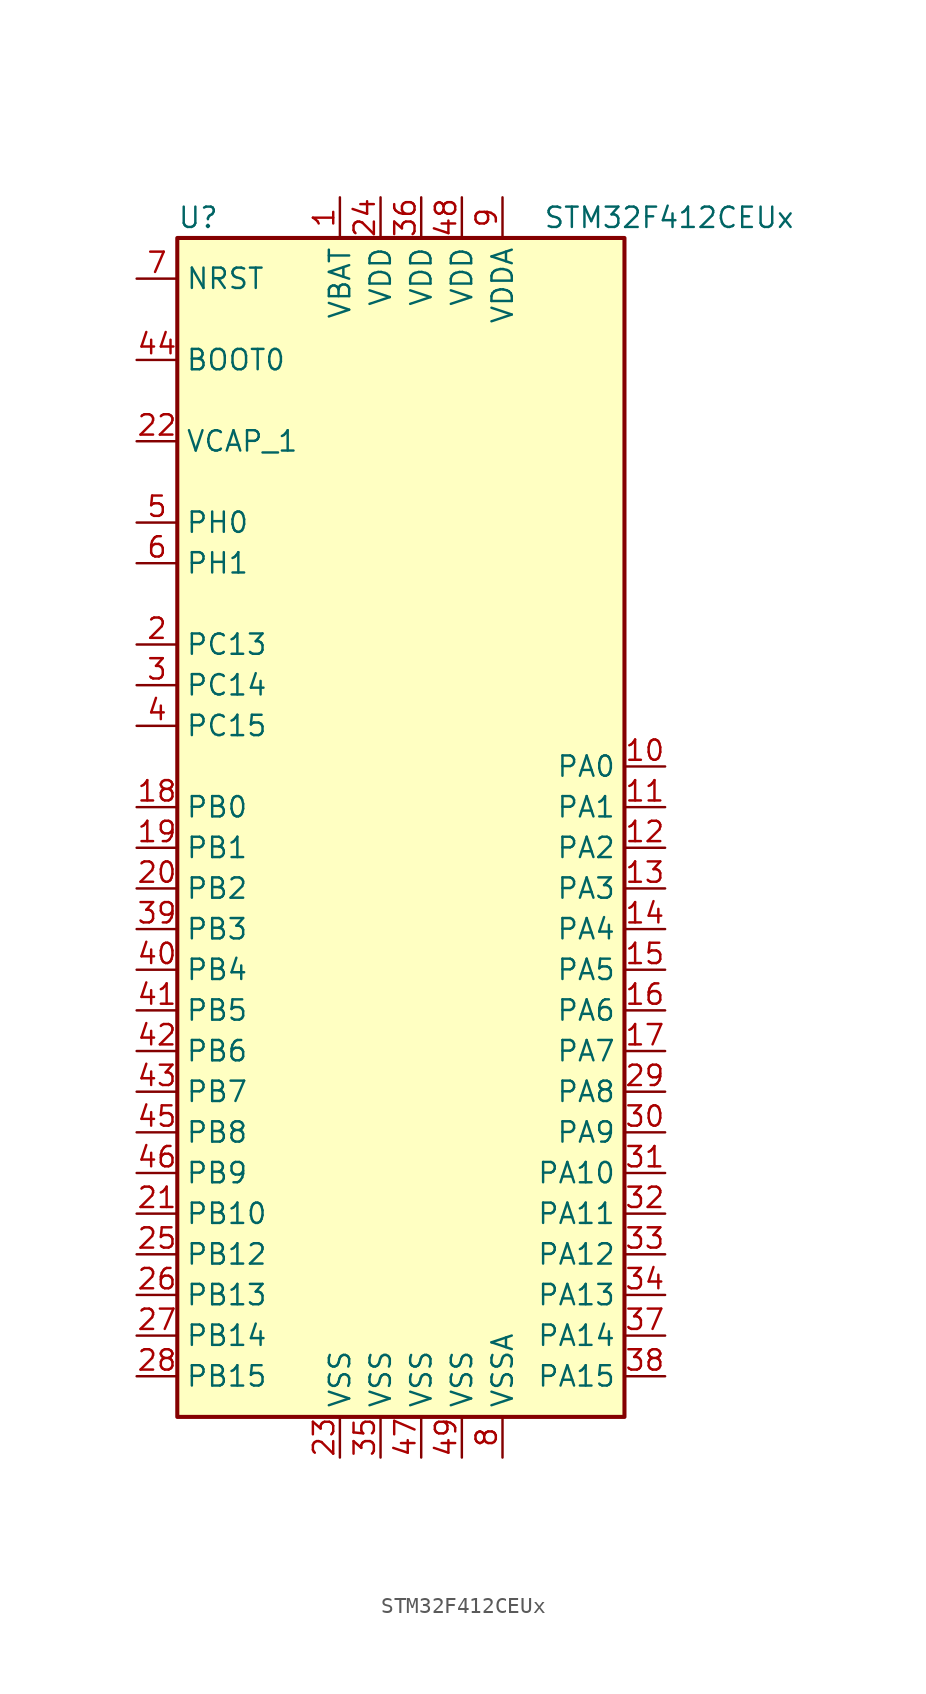
<source format=kicad_sym>
(kicad_symbol_lib
  (version 20211014)
  (generator kicad_symbol_editor)
  (symbol "STM32F412CEUx"
    (property "Reference" "U"
      (at -15.24 36.83 0)
      (effects (font (size 1.27 1.27)) (justify left)))
    (property "Value" "STM32F412CEUx"
      (at 7.62 36.83 0)
      (effects (font (size 1.27 1.27)) (justify left)))
    (symbol "STM32F412CEUx_0_1"
      (rectangle (start -15.24 -38.1) (end 12.7 35.56) (stroke (width 0.254) (type default) (color 0 0 0 0)) (fill (type background))))
    (symbol "STM32F412CEUx_1_1"
      (pin power_in line (at -5.08 38.1 270) (length 2.54) (name "VBAT" (effects (font (size 1.27 1.27)))) (number "1" (effects (font (size 1.27 1.27)))))
      (pin bidirectional line (at 15.24 2.54 180) (length 2.54) (name "PA0" (effects (font (size 1.27 1.27)))) (number "10" (effects (font (size 1.27 1.27)))))
      (pin bidirectional line (at 15.24 0 180) (length 2.54) (name "PA1" (effects (font (size 1.27 1.27)))) (number "11" (effects (font (size 1.27 1.27)))))
      (pin bidirectional line (at 15.24 -2.54 180) (length 2.54) (name "PA2" (effects (font (size 1.27 1.27)))) (number "12" (effects (font (size 1.27 1.27)))))
      (pin bidirectional line (at 15.24 -5.08 180) (length 2.54) (name "PA3" (effects (font (size 1.27 1.27)))) (number "13" (effects (font (size 1.27 1.27)))))
      (pin bidirectional line (at 15.24 -7.62 180) (length 2.54) (name "PA4" (effects (font (size 1.27 1.27)))) (number "14" (effects (font (size 1.27 1.27)))))
      (pin bidirectional line (at 15.24 -10.16 180) (length 2.54) (name "PA5" (effects (font (size 1.27 1.27)))) (number "15" (effects (font (size 1.27 1.27)))))
      (pin bidirectional line (at 15.24 -12.7 180) (length 2.54) (name "PA6" (effects (font (size 1.27 1.27)))) (number "16" (effects (font (size 1.27 1.27)))))
      (pin bidirectional line (at 15.24 -15.24 180) (length 2.54) (name "PA7" (effects (font (size 1.27 1.27)))) (number "17" (effects (font (size 1.27 1.27)))))
      (pin bidirectional line (at -17.78 0 0) (length 2.54) (name "PB0" (effects (font (size 1.27 1.27)))) (number "18" (effects (font (size 1.27 1.27)))))
      (pin bidirectional line (at -17.78 -2.54 0) (length 2.54) (name "PB1" (effects (font (size 1.27 1.27)))) (number "19" (effects (font (size 1.27 1.27)))))
      (pin bidirectional line (at -17.78 10.16 0) (length 2.54) (name "PC13" (effects (font (size 1.27 1.27)))) (number "2" (effects (font (size 1.27 1.27)))))
      (pin bidirectional line (at -17.78 -5.08 0) (length 2.54) (name "PB2" (effects (font (size 1.27 1.27)))) (number "20" (effects (font (size 1.27 1.27)))))
      (pin bidirectional line (at -17.78 -25.4 0) (length 2.54) (name "PB10" (effects (font (size 1.27 1.27)))) (number "21" (effects (font (size 1.27 1.27)))))
      (pin power_in line (at -17.78 22.86 0) (length 2.54) (name "VCAP_1" (effects (font (size 1.27 1.27)))) (number "22" (effects (font (size 1.27 1.27)))))
      (pin power_in line (at -5.08 -40.64 90) (length 2.54) (name "VSS" (effects (font (size 1.27 1.27)))) (number "23" (effects (font (size 1.27 1.27)))))
      (pin power_in line (at -2.54 38.1 270) (length 2.54) (name "VDD" (effects (font (size 1.27 1.27)))) (number "24" (effects (font (size 1.27 1.27)))))
      (pin bidirectional line (at -17.78 -27.94 0) (length 2.54) (name "PB12" (effects (font (size 1.27 1.27)))) (number "25" (effects (font (size 1.27 1.27)))))
      (pin bidirectional line (at -17.78 -30.48 0) (length 2.54) (name "PB13" (effects (font (size 1.27 1.27)))) (number "26" (effects (font (size 1.27 1.27)))))
      (pin bidirectional line (at -17.78 -33.02 0) (length 2.54) (name "PB14" (effects (font (size 1.27 1.27)))) (number "27" (effects (font (size 1.27 1.27)))))
      (pin bidirectional line (at -17.78 -35.56 0) (length 2.54) (name "PB15" (effects (font (size 1.27 1.27)))) (number "28" (effects (font (size 1.27 1.27)))))
      (pin bidirectional line (at 15.24 -17.78 180) (length 2.54) (name "PA8" (effects (font (size 1.27 1.27)))) (number "29" (effects (font (size 1.27 1.27)))))
      (pin bidirectional line (at -17.78 7.62 0) (length 2.54) (name "PC14" (effects (font (size 1.27 1.27)))) (number "3" (effects (font (size 1.27 1.27)))))
      (pin bidirectional line (at 15.24 -20.32 180) (length 2.54) (name "PA9" (effects (font (size 1.27 1.27)))) (number "30" (effects (font (size 1.27 1.27)))))
      (pin bidirectional line (at 15.24 -22.86 180) (length 2.54) (name "PA10" (effects (font (size 1.27 1.27)))) (number "31" (effects (font (size 1.27 1.27)))))
      (pin bidirectional line (at 15.24 -25.4 180) (length 2.54) (name "PA11" (effects (font (size 1.27 1.27)))) (number "32" (effects (font (size 1.27 1.27)))))
      (pin bidirectional line (at 15.24 -27.94 180) (length 2.54) (name "PA12" (effects (font (size 1.27 1.27)))) (number "33" (effects (font (size 1.27 1.27)))))
      (pin bidirectional line (at 15.24 -30.48 180) (length 2.54) (name "PA13" (effects (font (size 1.27 1.27)))) (number "34" (effects (font (size 1.27 1.27)))))
      (pin power_in line (at -2.54 -40.64 90) (length 2.54) (name "VSS" (effects (font (size 1.27 1.27)))) (number "35" (effects (font (size 1.27 1.27)))))
      (pin power_in line (at 0 38.1 270) (length 2.54) (name "VDD" (effects (font (size 1.27 1.27)))) (number "36" (effects (font (size 1.27 1.27)))))
      (pin bidirectional line (at 15.24 -33.02 180) (length 2.54) (name "PA14" (effects (font (size 1.27 1.27)))) (number "37" (effects (font (size 1.27 1.27)))))
      (pin bidirectional line (at 15.24 -35.56 180) (length 2.54) (name "PA15" (effects (font (size 1.27 1.27)))) (number "38" (effects (font (size 1.27 1.27)))))
      (pin bidirectional line (at -17.78 -7.62 0) (length 2.54) (name "PB3" (effects (font (size 1.27 1.27)))) (number "39" (effects (font (size 1.27 1.27)))))
      (pin bidirectional line (at -17.78 5.08 0) (length 2.54) (name "PC15" (effects (font (size 1.27 1.27)))) (number "4" (effects (font (size 1.27 1.27)))))
      (pin bidirectional line (at -17.78 -10.16 0) (length 2.54) (name "PB4" (effects (font (size 1.27 1.27)))) (number "40" (effects (font (size 1.27 1.27)))))
      (pin bidirectional line (at -17.78 -12.7 0) (length 2.54) (name "PB5" (effects (font (size 1.27 1.27)))) (number "41" (effects (font (size 1.27 1.27)))))
      (pin bidirectional line (at -17.78 -15.24 0) (length 2.54) (name "PB6" (effects (font (size 1.27 1.27)))) (number "42" (effects (font (size 1.27 1.27)))))
      (pin bidirectional line (at -17.78 -17.78 0) (length 2.54) (name "PB7" (effects (font (size 1.27 1.27)))) (number "43" (effects (font (size 1.27 1.27)))))
      (pin input line (at -17.78 27.94 0) (length 2.54) (name "BOOT0" (effects (font (size 1.27 1.27)))) (number "44" (effects (font (size 1.27 1.27)))))
      (pin bidirectional line (at -17.78 -20.32 0) (length 2.54) (name "PB8" (effects (font (size 1.27 1.27)))) (number "45" (effects (font (size 1.27 1.27)))))
      (pin bidirectional line (at -17.78 -22.86 0) (length 2.54) (name "PB9" (effects (font (size 1.27 1.27)))) (number "46" (effects (font (size 1.27 1.27)))))
      (pin power_in line (at 0 -40.64 90) (length 2.54) (name "VSS" (effects (font (size 1.27 1.27)))) (number "47" (effects (font (size 1.27 1.27)))))
      (pin power_in line (at 2.54 38.1 270) (length 2.54) (name "VDD" (effects (font (size 1.27 1.27)))) (number "48" (effects (font (size 1.27 1.27)))))
      (pin power_in line (at 2.54 -40.64 90) (length 2.54) (name "VSS" (effects (font (size 1.27 1.27)))) (number "49" (effects (font (size 1.27 1.27)))))
      (pin input line (at -17.78 17.78 0) (length 2.54) (name "PH0" (effects (font (size 1.27 1.27)))) (number "5" (effects (font (size 1.27 1.27)))))
      (pin input line (at -17.78 15.24 0) (length 2.54) (name "PH1" (effects (font (size 1.27 1.27)))) (number "6" (effects (font (size 1.27 1.27)))))
      (pin input line (at -17.78 33.02 0) (length 2.54) (name "NRST" (effects (font (size 1.27 1.27)))) (number "7" (effects (font (size 1.27 1.27)))))
      (pin power_in line (at 5.08 -40.64 90) (length 2.54) (name "VSSA" (effects (font (size 1.27 1.27)))) (number "8" (effects (font (size 1.27 1.27)))))
      (pin power_in line (at 5.08 38.1 270) (length 2.54) (name "VDDA" (effects (font (size 1.27 1.27)))) (number "9" (effects (font (size 1.27 1.27))))))))
</source>
